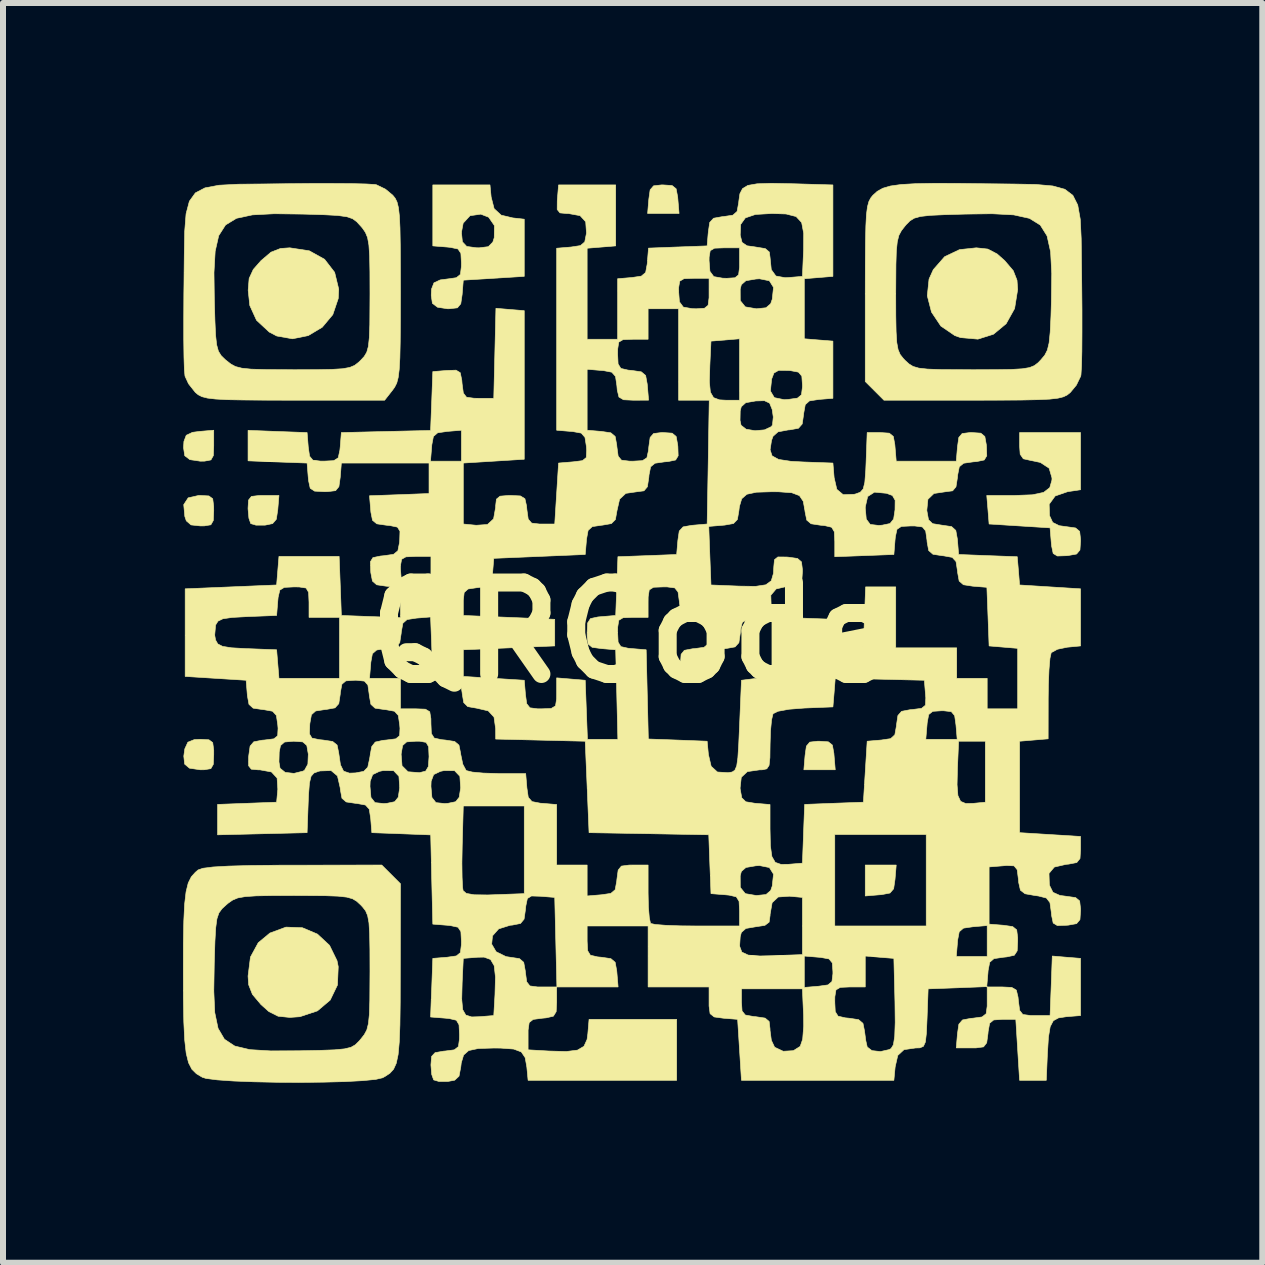
<source format=kicad_pcb>
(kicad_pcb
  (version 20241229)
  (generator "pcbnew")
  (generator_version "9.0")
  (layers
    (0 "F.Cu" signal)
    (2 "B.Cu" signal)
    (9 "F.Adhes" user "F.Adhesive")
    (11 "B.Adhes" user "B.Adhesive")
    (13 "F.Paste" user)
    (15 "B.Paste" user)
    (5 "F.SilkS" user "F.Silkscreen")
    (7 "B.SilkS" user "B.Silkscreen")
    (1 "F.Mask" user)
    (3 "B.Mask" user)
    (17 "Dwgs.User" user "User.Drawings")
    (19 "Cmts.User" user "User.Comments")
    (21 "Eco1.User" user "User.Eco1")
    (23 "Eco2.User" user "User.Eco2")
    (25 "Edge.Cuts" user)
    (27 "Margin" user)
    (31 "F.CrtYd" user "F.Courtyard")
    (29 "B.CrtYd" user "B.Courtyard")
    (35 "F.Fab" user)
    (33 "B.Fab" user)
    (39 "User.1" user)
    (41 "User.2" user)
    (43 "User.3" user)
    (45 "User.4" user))
  (footprint "QRCode"
    (layer "F.Cu")
    (at 7.497 7.493)
    (property "Reference" "QRCode" (at 0 0 0) (layer "F.SilkS") (effects (font (size 1.524 1.524) (thickness 0.3))))
    (attr through_hole)
    (fp_poly (pts (xy 5.898 5.905) (xy 5.898 5.9) (xy 5.905 5.9) (xy 5.905 5.905) (xy 5.898 5.905)) (stroke (width 0.01) (type solid)) (fill yes) (layer "F.SilkS"))
    (fp_poly (pts (xy 4.369 4.112) (xy 4.346 4.269) (xy 4.285 4.34) (xy 4.144 4.367) (xy 4.112 4.369) (xy 3.873 4.389) (xy 3.873 3.873) (xy 4.389 3.873) (xy 4.369 4.112)) (stroke (width 0.01) (type solid)) (fill yes) (layer "F.SilkS"))
    (fp_poly (pts (xy 0.654 -7.451) (xy 0.721 -7.397) (xy 0.747 -7.26) (xy 0.75 -7.223) (xy 0.77 -6.985) (xy 0.246 -6.985) (xy 0.266 -7.223) (xy 0.288 -7.379) (xy 0.345 -7.446) (xy 0.474 -7.461) (xy 0.508 -7.461) (xy 0.654 -7.451)) (stroke (width 0.01) (type solid)) (fill yes) (layer "F.SilkS"))
    (fp_poly (pts (xy 3.258 1.82) (xy 3.325 1.874) (xy 3.35 2.011) (xy 3.353 2.048) (xy 3.373 2.286) (xy 2.85 2.286) (xy 2.87 2.048) (xy 2.892 1.892) (xy 2.948 1.825) (xy 3.077 1.81) (xy 3.111 1.81) (xy 3.258 1.82)) (stroke (width 0.01) (type solid)) (fill yes) (layer "F.SilkS"))
    (fp_poly (pts (xy -6.985 -3.115) (xy -6.991 -2.951) (xy -7.032 -2.878) (xy -7.137 -2.858) (xy -7.209 -2.857) (xy -7.383 -2.883) (xy -7.468 -2.948) (xy -7.488 -3.082) (xy -7.482 -3.186) (xy -7.443 -3.289) (xy -7.339 -3.338) (xy -7.223 -3.353) (xy -6.985 -3.373) (xy -6.985 -3.115)) (stroke (width 0.01) (type solid)) (fill yes) (layer "F.SilkS"))
    (fp_poly (pts (xy -5.918 -2.048) (xy -5.942 -1.889) (xy -6.004 -1.817) (xy -6.13 -1.791) (xy -6.281 -1.791) (xy -6.368 -1.817) (xy -6.399 -1.907) (xy -6.413 -2.062) (xy -6.413 -2.074) (xy -6.405 -2.209) (xy -6.357 -2.27) (xy -6.231 -2.285) (xy -6.156 -2.286) (xy -5.898 -2.286) (xy -5.918 -2.048)) (stroke (width 0.01) (type solid)) (fill yes) (layer "F.SilkS"))
    (fp_poly (pts (xy -7.066 -2.278) (xy -7.002 -2.231) (xy -6.986 -2.108) (xy -6.985 -2.032) (xy -6.992 -1.869) (xy -7.033 -1.797) (xy -7.141 -1.779) (xy -7.206 -1.778) (xy -7.364 -1.795) (xy -7.442 -1.863) (xy -7.467 -1.937) (xy -7.485 -2.133) (xy -7.411 -2.246) (xy -7.236 -2.286) (xy -7.209 -2.286) (xy -7.066 -2.278)) (stroke (width 0.01) (type solid)) (fill yes) (layer "F.SilkS"))
    (fp_poly (pts (xy -7.065 1.786) (xy -7.002 1.833) (xy -6.985 1.958) (xy -6.985 2.032) (xy -6.992 2.195) (xy -7.033 2.267) (xy -7.142 2.285) (xy -7.209 2.286) (xy -7.39 2.259) (xy -7.47 2.191) (xy -7.484 2.058) (xy -7.467 1.937) (xy -7.416 1.826) (xy -7.309 1.783) (xy -7.206 1.778) (xy -7.065 1.786)) (stroke (width 0.01) (type solid)) (fill yes) (layer "F.SilkS"))
    (fp_poly (pts (xy -5.508 4.918) (xy -5.257 5.024) (xy -5.055 5.212) (xy -4.93 5.468) (xy -4.91 5.568) (xy -4.923 5.873) (xy -5.044 6.124) (xy -5.257 6.304) (xy -5.549 6.401) (xy -5.718 6.413) (xy -5.912 6.393) (xy -6.067 6.315) (xy -6.198 6.198) (xy -6.34 6.029) (xy -6.403 5.869) (xy -6.413 5.724) (xy -6.373 5.407) (xy -6.243 5.168) (xy -6.049 5.007) (xy -5.781 4.908) (xy -5.508 4.918)) (stroke (width 0.01) (type solid)) (fill yes) (layer "F.SilkS"))
    (fp_poly (pts (xy -5.392 -6.363) (xy -5.138 -6.222) (xy -4.97 -6.004) (xy -4.902 -5.724) (xy -4.91 -5.568) (xy -5.001 -5.299) (xy -5.177 -5.089) (xy -5.41 -4.95) (xy -5.672 -4.897) (xy -5.934 -4.943) (xy -6.06 -5.009) (xy -6.272 -5.206) (xy -6.384 -5.452) (xy -6.411 -5.705) (xy -6.395 -5.902) (xy -6.326 -6.052) (xy -6.198 -6.198) (xy -6.031 -6.34) (xy -5.873 -6.402) (xy -5.718 -6.413) (xy -5.392 -6.363)) (stroke (width 0.01) (type solid)) (fill yes) (layer "F.SilkS"))
    (fp_poly (pts (xy 5.916 -6.392) (xy 6.072 -6.31) (xy 6.198 -6.198) (xy 6.34 -6.031) (xy 6.402 -5.873) (xy 6.413 -5.718) (xy 6.362 -5.401) (xy 6.221 -5.148) (xy 6.01 -4.973) (xy 5.75 -4.891) (xy 5.461 -4.917) (xy 5.366 -4.95) (xy 5.133 -5.109) (xy 4.977 -5.342) (xy 4.907 -5.614) (xy 4.936 -5.892) (xy 5.007 -6.049) (xy 5.196 -6.265) (xy 5.444 -6.383) (xy 5.724 -6.413) (xy 5.916 -6.392)) (stroke (width 0.01) (type solid)) (fill yes) (layer "F.SilkS"))
    (fp_poly (pts (xy 7.461 -2.381) (xy 7.246 -2.349) (xy 7.038 -2.277) (xy 6.938 -2.139) (xy 6.944 -1.95) (xy 6.997 -1.836) (xy 7.106 -1.782) (xy 7.223 -1.766) (xy 7.379 -1.744) (xy 7.446 -1.687) (xy 7.461 -1.558) (xy 7.461 -1.524) (xy 7.451 -1.377) (xy 7.395 -1.31) (xy 7.256 -1.285) (xy 7.227 -1.282) (xy 7.074 -1.277) (xy 7.005 -1.319) (xy 6.979 -1.443) (xy 6.973 -1.505) (xy 6.953 -1.746) (xy 5.937 -1.81) (xy 5.918 -2.048) (xy 5.898 -2.286) (xy 6.365 -2.286) (xy 6.658 -2.297) (xy 6.846 -2.337) (xy 6.948 -2.416) (xy 6.984 -2.541) (xy 6.985 -2.577) (xy 6.938 -2.739) (xy 6.791 -2.836) (xy 6.636 -2.868) (xy 6.507 -2.897) (xy 6.455 -2.972) (xy 6.445 -3.111) (xy 6.445 -3.334) (xy 7.461 -3.334) (xy 7.461 -2.381)) (stroke (width 0.01) (type solid)) (fill yes) (layer "F.SilkS"))
    (fp_poly (pts (xy 6.152 5.905) (xy 6.315 5.913) (xy 6.391 5.958) (xy 6.419 6.074) (xy 6.426 6.144) (xy 6.446 6.296) (xy 6.499 6.364) (xy 6.625 6.381) (xy 6.699 6.382) (xy 6.953 6.382) (xy 6.972 5.886) (xy 6.99 5.39) (xy 7.226 5.41) (xy 7.461 5.429) (xy 7.461 6.382) (xy 7.223 6.401) (xy 7.093 6.421) (xy 7.007 6.468) (xy 6.955 6.567) (xy 6.926 6.742) (xy 6.909 7.016) (xy 6.906 7.08) (xy 6.89 7.461) (xy 6.445 7.461) (xy 6.382 6.445) (xy 6.16 6.445) (xy 6.013 6.455) (xy 5.946 6.51) (xy 5.921 6.647) (xy 5.918 6.683) (xy 5.897 6.836) (xy 5.844 6.904) (xy 5.718 6.921) (xy 5.644 6.921) (xy 5.39 6.921) (xy 5.41 6.683) (xy 5.433 6.526) (xy 5.494 6.455) (xy 5.635 6.428) (xy 5.667 6.426) (xy 5.82 6.405) (xy 5.888 6.351) (xy 5.905 6.225) (xy 5.905 6.153) (xy 5.905 5.905) (xy 6.152 5.905)) (stroke (width 0.01) (type solid)) (fill yes) (layer "F.SilkS"))
    (fp_poly (pts (xy -2.362 -7.26) (xy -2.312 -7.065) (xy -2.194 -6.957) (xy -2 -6.911) (xy -1.81 -6.89) (xy -1.81 -5.937) (xy -2.826 -5.874) (xy -2.845 -5.636) (xy -2.868 -5.48) (xy -2.924 -5.413) (xy -3.053 -5.398) (xy -3.086 -5.397) (xy -3.256 -5.423) (xy -3.341 -5.488) (xy -3.36 -5.622) (xy -3.355 -5.726) (xy -3.315 -5.829) (xy -3.211 -5.878) (xy -3.096 -5.893) (xy -2.941 -5.915) (xy -2.874 -5.97) (xy -2.858 -6.1) (xy -2.857 -6.16) (xy -2.866 -6.32) (xy -2.914 -6.393) (xy -3.038 -6.42) (xy -3.096 -6.426) (xy -3.334 -6.445) (xy -3.334 -6.67) (xy -2.857 -6.67) (xy -2.841 -6.513) (xy -2.769 -6.436) (xy -2.61 -6.414) (xy -2.562 -6.413) (xy -2.409 -6.432) (xy -2.334 -6.508) (xy -2.31 -6.582) (xy -2.307 -6.783) (xy -2.403 -6.923) (xy -2.534 -6.974) (xy -2.714 -6.948) (xy -2.828 -6.824) (xy -2.857 -6.67) (xy -3.334 -6.67) (xy -3.334 -7.461) (xy -2.381 -7.461) (xy -2.362 -7.26)) (stroke (width 0.01) (type solid)) (fill yes) (layer "F.SilkS"))
    (fp_poly (pts (xy 5.462 -7.486) (xy 5.856 -7.481) (xy 6.34 -7.476) (xy 6.716 -7.469) (xy 6.998 -7.444) (xy 7.199 -7.389) (xy 7.333 -7.287) (xy 7.414 -7.126) (xy 7.456 -6.89) (xy 7.472 -6.566) (xy 7.477 -6.14) (xy 7.481 -5.796) (xy 7.485 -5.382) (xy 7.485 -5.004) (xy 7.483 -4.684) (xy 7.477 -4.442) (xy 7.468 -4.298) (xy 7.464 -4.275) (xy 7.391 -4.124) (xy 7.29 -4.002) (xy 7.239 -3.961) (xy 7.176 -3.93) (xy 7.084 -3.907) (xy 6.946 -3.891) (xy 6.745 -3.882) (xy 6.466 -3.876) (xy 6.09 -3.874) (xy 5.668 -3.873) (xy 4.185 -3.873) (xy 4.029 -4.029) (xy 3.873 -4.185) (xy 3.873 -5.645) (xy 4.381 -5.645) (xy 4.382 -5.278) (xy 4.387 -5.016) (xy 4.398 -4.836) (xy 4.42 -4.717) (xy 4.454 -4.636) (xy 4.505 -4.571) (xy 4.537 -4.537) (xy 4.602 -4.478) (xy 4.67 -4.436) (xy 4.766 -4.408) (xy 4.91 -4.392) (xy 5.124 -4.384) (xy 5.43 -4.382) (xy 5.669 -4.381) (xy 6.041 -4.382) (xy 6.307 -4.386) (xy 6.49 -4.397) (xy 6.611 -4.417) (xy 6.692 -4.45) (xy 6.754 -4.498) (xy 6.799 -4.545) (xy 6.864 -4.622) (xy 6.908 -4.708) (xy 6.937 -4.828) (xy 6.955 -5.008) (xy 6.968 -5.273) (xy 6.975 -5.513) (xy 6.981 -5.986) (xy 6.962 -6.347) (xy 6.903 -6.611) (xy 6.79 -6.792) (xy 6.61 -6.904) (xy 6.347 -6.962) (xy 5.987 -6.981) (xy 5.539 -6.975) (xy 5.195 -6.965) (xy 4.955 -6.954) (xy 4.795 -6.936) (xy 4.69 -6.907) (xy 4.617 -6.862) (xy 4.553 -6.797) (xy 4.535 -6.775) (xy 4.476 -6.7) (xy 4.434 -6.622) (xy 4.407 -6.516) (xy 4.391 -6.361) (xy 4.384 -6.133) (xy 4.382 -5.811) (xy 4.381 -5.645) (xy 3.873 -5.645) (xy 3.873 -5.668) (xy 3.874 -6.142) (xy 3.877 -6.505) (xy 3.883 -6.775) (xy 3.893 -6.967) (xy 3.91 -7.098) (xy 3.934 -7.186) (xy 3.966 -7.246) (xy 4 -7.288) (xy 4.074 -7.355) (xy 4.166 -7.406) (xy 4.292 -7.443) (xy 4.469 -7.468) (xy 4.712 -7.482) (xy 5.038 -7.488) (xy 5.462 -7.486)) (stroke (width 0.01) (type solid)) (fill yes) (layer "F.SilkS"))
    (fp_poly (pts (xy -4.029 4.029) (xy -3.873 4.185) (xy -3.876 5.664) (xy -3.877 6.157) (xy -3.882 6.538) (xy -3.893 6.824) (xy -3.912 7.032) (xy -3.943 7.177) (xy -3.988 7.276) (xy -4.05 7.344) (xy -4.131 7.397) (xy -4.171 7.419) (xy -4.287 7.446) (xy -4.506 7.467) (xy -4.804 7.483) (xy -5.158 7.492) (xy -5.543 7.496) (xy -5.937 7.494) (xy -6.314 7.486) (xy -6.651 7.473) (xy -6.925 7.454) (xy -7.112 7.43) (xy -7.174 7.411) (xy -7.273 7.352) (xy -7.349 7.277) (xy -7.405 7.168) (xy -7.444 7.01) (xy -7.469 6.788) (xy -7.484 6.484) (xy -7.491 6.082) (xy -7.491 5.971) (xy -6.984 5.971) (xy -6.968 6.332) (xy -6.913 6.595) (xy -6.807 6.776) (xy -6.635 6.89) (xy -6.383 6.95) (xy -6.036 6.971) (xy -5.581 6.969) (xy -5.566 6.969) (xy -5.217 6.962) (xy -4.971 6.953) (xy -4.806 6.937) (xy -4.698 6.911) (xy -4.625 6.869) (xy -4.563 6.808) (xy -4.535 6.775) (xy -4.476 6.7) (xy -4.434 6.622) (xy -4.407 6.516) (xy -4.391 6.361) (xy -4.384 6.133) (xy -4.382 5.81) (xy -4.381 5.645) (xy -4.382 5.278) (xy -4.387 5.016) (xy -4.398 4.836) (xy -4.42 4.717) (xy -4.454 4.636) (xy -4.505 4.571) (xy -4.537 4.537) (xy -4.602 4.477) (xy -4.672 4.435) (xy -4.769 4.408) (xy -4.916 4.392) (xy -5.134 4.384) (xy -5.445 4.382) (xy -5.645 4.381) (xy -6.013 4.382) (xy -6.277 4.387) (xy -6.459 4.399) (xy -6.583 4.421) (xy -6.67 4.457) (xy -6.743 4.508) (xy -6.775 4.535) (xy -6.848 4.602) (xy -6.899 4.672) (xy -6.932 4.77) (xy -6.952 4.919) (xy -6.965 5.144) (xy -6.975 5.469) (xy -6.976 5.498) (xy -6.984 5.971) (xy -7.491 5.971) (xy -7.492 5.663) (xy -7.491 5.179) (xy -7.484 4.805) (xy -7.47 4.524) (xy -7.446 4.319) (xy -7.41 4.173) (xy -7.359 4.07) (xy -7.29 3.993) (xy -7.245 3.955) (xy -7.164 3.927) (xy -6.999 3.906) (xy -6.737 3.891) (xy -6.372 3.881) (xy -5.892 3.876) (xy -5.664 3.876) (xy -4.185 3.873) (xy -4.029 4.029)) (stroke (width 0.01) (type solid)) (fill yes) (layer "F.SilkS"))
    (fp_poly (pts (xy -4.684 -7.483) (xy -4.442 -7.477) (xy -4.298 -7.468) (xy -4.275 -7.464) (xy -4.124 -7.391) (xy -4.002 -7.29) (xy -3.961 -7.239) (xy -3.93 -7.176) (xy -3.907 -7.083) (xy -3.891 -6.944) (xy -3.881 -6.743) (xy -3.876 -6.462) (xy -3.874 -6.085) (xy -3.873 -5.68) (xy -3.874 -5.208) (xy -3.877 -4.847) (xy -3.883 -4.578) (xy -3.894 -4.385) (xy -3.911 -4.251) (xy -3.935 -4.159) (xy -3.969 -4.092) (xy -4.005 -4.041) (xy -4.137 -3.873) (xy -5.644 -3.873) (xy -6.122 -3.874) (xy -6.489 -3.877) (xy -6.761 -3.882) (xy -6.957 -3.893) (xy -7.091 -3.909) (xy -7.181 -3.932) (xy -7.242 -3.963) (xy -7.29 -4.002) (xy -7.405 -4.147) (xy -7.464 -4.275) (xy -7.474 -4.379) (xy -7.481 -4.59) (xy -7.485 -4.886) (xy -7.485 -5.246) (xy -7.483 -5.649) (xy -7.481 -5.796) (xy -7.479 -6.002) (xy -6.981 -6.002) (xy -6.975 -5.539) (xy -6.965 -5.195) (xy -6.954 -4.955) (xy -6.936 -4.795) (xy -6.907 -4.69) (xy -6.862 -4.617) (xy -6.797 -4.553) (xy -6.775 -4.535) (xy -6.7 -4.476) (xy -6.622 -4.434) (xy -6.516 -4.407) (xy -6.361 -4.391) (xy -6.133 -4.384) (xy -5.811 -4.382) (xy -5.645 -4.381) (xy -5.278 -4.382) (xy -5.016 -4.387) (xy -4.836 -4.398) (xy -4.717 -4.42) (xy -4.636 -4.454) (xy -4.571 -4.505) (xy -4.537 -4.537) (xy -4.477 -4.602) (xy -4.435 -4.672) (xy -4.408 -4.769) (xy -4.392 -4.916) (xy -4.384 -5.134) (xy -4.382 -5.445) (xy -4.381 -5.645) (xy -4.382 -6.013) (xy -4.387 -6.277) (xy -4.399 -6.459) (xy -4.421 -6.583) (xy -4.457 -6.67) (xy -4.508 -6.744) (xy -4.535 -6.775) (xy -4.602 -6.848) (xy -4.672 -6.899) (xy -4.768 -6.931) (xy -4.916 -6.952) (xy -5.139 -6.964) (xy -5.463 -6.974) (xy -5.502 -6.975) (xy -5.977 -6.981) (xy -6.34 -6.962) (xy -6.606 -6.905) (xy -6.788 -6.794) (xy -6.902 -6.616) (xy -6.961 -6.356) (xy -6.981 -6.002) (xy -7.479 -6.002) (xy -7.476 -6.298) (xy -7.469 -6.688) (xy -7.446 -6.98) (xy -7.391 -7.189) (xy -7.291 -7.328) (xy -7.131 -7.412) (xy -6.898 -7.456) (xy -6.576 -7.473) (xy -6.152 -7.477) (xy -5.796 -7.481) (xy -5.382 -7.485) (xy -5.004 -7.485) (xy -4.684 -7.483)) (stroke (width 0.01) (type solid)) (fill yes) (layer "F.SilkS"))
    (fp_poly (pts (xy 2.652 -7.481) (xy 2.699 -7.48) (xy 3.334 -7.461) (xy 3.334 -5.937) (xy 2.857 -5.898) (xy 2.857 -4.897) (xy 3.096 -4.877) (xy 3.334 -4.858) (xy 3.334 -3.905) (xy 3.099 -3.886) (xy 2.943 -3.862) (xy 2.873 -3.799) (xy 2.847 -3.655) (xy 2.845 -3.632) (xy 2.822 -3.477) (xy 2.76 -3.406) (xy 2.618 -3.38) (xy 2.588 -3.378) (xy 2.419 -3.346) (xy 2.336 -3.272) (xy 2.311 -3.203) (xy 2.287 -3.047) (xy 2.32 -2.946) (xy 2.429 -2.886) (xy 2.634 -2.855) (xy 2.839 -2.844) (xy 3.334 -2.826) (xy 3.354 -2.584) (xy 3.399 -2.388) (xy 3.505 -2.299) (xy 3.686 -2.305) (xy 3.712 -2.311) (xy 3.791 -2.34) (xy 3.839 -2.395) (xy 3.866 -2.506) (xy 3.881 -2.701) (xy 3.887 -2.842) (xy 3.905 -3.334) (xy 4.128 -3.334) (xy 4.274 -3.324) (xy 4.341 -3.269) (xy 4.366 -3.132) (xy 4.369 -3.096) (xy 4.389 -2.857) (xy 5.39 -2.857) (xy 5.41 -3.096) (xy 5.432 -3.252) (xy 5.488 -3.318) (xy 5.617 -3.334) (xy 5.652 -3.334) (xy 5.799 -3.324) (xy 5.866 -3.268) (xy 5.891 -3.128) (xy 5.893 -3.1) (xy 5.898 -2.947) (xy 5.856 -2.877) (xy 5.732 -2.851) (xy 5.671 -2.846) (xy 5.512 -2.823) (xy 5.44 -2.763) (xy 5.413 -2.627) (xy 5.41 -2.588) (xy 5.385 -2.43) (xy 5.329 -2.363) (xy 5.219 -2.349) (xy 5.018 -2.319) (xy 4.917 -2.222) (xy 4.899 -2.04) (xy 4.901 -2.025) (xy 4.927 -1.881) (xy 4.995 -1.816) (xy 5.148 -1.791) (xy 5.156 -1.79) (xy 5.312 -1.767) (xy 5.382 -1.703) (xy 5.408 -1.559) (xy 5.41 -1.536) (xy 5.429 -1.302) (xy 5.918 -1.283) (xy 6.406 -1.265) (xy 6.426 -1.029) (xy 6.445 -0.794) (xy 7.461 -0.73) (xy 7.461 0.222) (xy 7.24 0.243) (xy 7.077 0.277) (xy 6.976 0.332) (xy 6.971 0.339) (xy 6.951 0.43) (xy 6.935 0.618) (xy 6.925 0.873) (xy 6.922 1.092) (xy 6.921 1.77) (xy 6.683 1.79) (xy 6.445 1.81) (xy 6.445 3.334) (xy 7.461 3.397) (xy 7.461 3.619) (xy 7.452 3.765) (xy 7.398 3.832) (xy 7.263 3.858) (xy 7.22 3.862) (xy 7.024 3.907) (xy 6.935 4.013) (xy 6.941 4.194) (xy 6.947 4.219) (xy 7.001 4.328) (xy 7.117 4.38) (xy 7.223 4.394) (xy 7.379 4.416) (xy 7.446 4.472) (xy 7.461 4.602) (xy 7.461 4.636) (xy 7.451 4.783) (xy 7.395 4.85) (xy 7.256 4.875) (xy 7.227 4.877) (xy 7.074 4.882) (xy 7.005 4.84) (xy 6.979 4.716) (xy 6.973 4.655) (xy 6.951 4.499) (xy 6.892 4.423) (xy 6.758 4.389) (xy 6.699 4.381) (xy 6.536 4.352) (xy 6.459 4.293) (xy 6.43 4.164) (xy 6.425 4.108) (xy 6.405 3.951) (xy 6.353 3.887) (xy 6.231 3.881) (xy 6.171 3.886) (xy 5.937 3.905) (xy 5.937 4.858) (xy 6.175 4.877) (xy 6.33 4.899) (xy 6.397 4.954) (xy 6.413 5.084) (xy 6.413 5.144) (xy 6.405 5.304) (xy 6.357 5.377) (xy 6.233 5.404) (xy 6.175 5.41) (xy 6.018 5.433) (xy 5.947 5.494) (xy 5.92 5.635) (xy 5.918 5.667) (xy 5.898 5.9) (xy 5.413 5.919) (xy 4.921 5.937) (xy 4.903 6.429) (xy 4.892 6.676) (xy 4.875 6.823) (xy 4.842 6.895) (xy 4.783 6.92) (xy 4.712 6.922) (xy 4.519 6.95) (xy 4.415 7.046) (xy 4.371 7.239) (xy 4.371 7.24) (xy 4.35 7.461) (xy 1.81 7.461) (xy 1.746 6.445) (xy 1.508 6.426) (xy 1.355 6.405) (xy 1.287 6.35) (xy 1.27 6.223) (xy 1.27 6.156) (xy 1.27 5.937) (xy 1.81 5.937) (xy 1.81 6.16) (xy 1.82 6.306) (xy 1.874 6.373) (xy 2.011 6.398) (xy 2.048 6.401) (xy 2.204 6.424) (xy 2.271 6.48) (xy 2.286 6.605) (xy 2.286 6.627) (xy 2.308 6.794) (xy 2.362 6.908) (xy 2.362 6.909) (xy 2.506 6.977) (xy 2.675 6.967) (xy 2.789 6.895) (xy 2.83 6.776) (xy 2.847 6.558) (xy 2.845 6.372) (xy 2.835 6.156) (xy 3.365 6.156) (xy 3.373 6.317) (xy 3.42 6.392) (xy 3.54 6.42) (xy 3.604 6.426) (xy 3.762 6.45) (xy 3.835 6.512) (xy 3.86 6.636) (xy 3.882 6.8) (xy 3.906 6.906) (xy 3.984 6.966) (xy 4.126 6.982) (xy 4.272 6.949) (xy 4.304 6.931) (xy 4.342 6.869) (xy 4.364 6.729) (xy 4.372 6.496) (xy 4.368 6.154) (xy 4.35 5.429) (xy 4.112 5.41) (xy 3.966 5.397) (xy 5.39 5.397) (xy 5.905 5.397) (xy 5.905 4.882) (xy 5.667 4.902) (xy 5.51 4.925) (xy 5.439 4.986) (xy 5.412 5.127) (xy 5.41 5.159) (xy 5.39 5.397) (xy 3.966 5.397) (xy 3.873 5.39) (xy 3.873 5.905) (xy 3.619 5.905) (xy 3.457 5.912) (xy 3.385 5.954) (xy 3.366 6.069) (xy 3.365 6.156) (xy 2.835 6.156) (xy 2.826 5.937) (xy 1.81 5.937) (xy 1.27 5.937) (xy 1.27 5.913) (xy 2.857 5.913) (xy 3.096 5.893) (xy 3.252 5.871) (xy 3.318 5.815) (xy 3.334 5.686) (xy 3.334 5.652) (xy 3.324 5.505) (xy 3.269 5.438) (xy 3.132 5.413) (xy 3.096 5.41) (xy 2.857 5.39) (xy 2.857 5.913) (xy 1.27 5.913) (xy 1.27 5.905) (xy 0.254 5.905) (xy 0.254 5.226) (xy 1.779 5.226) (xy 1.816 5.324) (xy 1.922 5.374) (xy 2.118 5.389) (xy 2.333 5.384) (xy 2.826 5.366) (xy 2.826 4.413) (xy 2.61 4.393) (xy 2.423 4.406) (xy 2.321 4.501) (xy 2.287 4.695) (xy 2.287 4.711) (xy 2.271 4.825) (xy 2.2 4.879) (xy 2.048 4.902) (xy 1.884 4.93) (xy 1.808 4.997) (xy 1.789 5.069) (xy 1.779 5.226) (xy 0.254 5.226) (xy 0.254 4.889) (xy -0.762 4.889) (xy -0.762 5.14) (xy -0.754 5.301) (xy -0.708 5.376) (xy -0.588 5.404) (xy -0.524 5.41) (xy -0.367 5.433) (xy -0.295 5.494) (xy -0.269 5.635) (xy -0.266 5.667) (xy -0.246 5.905) (xy -1.266 5.905) (xy -1.302 4.413) (xy -1.536 4.394) (xy -1.689 4.389) (xy -1.758 4.431) (xy -1.784 4.555) (xy -1.79 4.616) (xy -1.813 4.775) (xy -1.872 4.847) (xy -2.008 4.874) (xy -2.045 4.877) (xy -2.236 4.937) (xy -2.339 5.053) (xy -2.353 5.191) (xy -2.279 5.318) (xy -2.115 5.399) (xy -2.045 5.41) (xy -1.89 5.433) (xy -1.819 5.495) (xy -1.793 5.637) (xy -1.79 5.667) (xy -1.769 5.82) (xy -1.716 5.888) (xy -1.589 5.905) (xy -1.518 5.905) (xy -1.27 5.905) (xy -1.27 6.156) (xy -1.278 6.317) (xy -1.324 6.392) (xy -1.444 6.42) (xy -1.508 6.426) (xy -1.661 6.446) (xy -1.728 6.499) (xy -1.746 6.625) (xy -1.746 6.699) (xy -1.746 6.953) (xy -1.4 6.973) (xy -1.11 6.981) (xy -0.923 6.958) (xy -0.815 6.894) (xy -0.763 6.78) (xy -0.75 6.683) (xy -0.73 6.445) (xy 0.73 6.445) (xy 0.73 7.461) (xy -1.746 7.461) (xy -1.767 7.24) (xy -1.795 7.083) (xy -1.859 6.988) (xy -1.987 6.94) (xy -2.204 6.924) (xy -2.318 6.923) (xy -2.577 6.931) (xy -2.736 6.965) (xy -2.821 7.04) (xy -2.86 7.171) (xy -2.868 7.24) (xy -2.897 7.392) (xy -2.969 7.459) (xy -3.082 7.48) (xy -3.233 7.48) (xy -3.32 7.454) (xy -3.352 7.364) (xy -3.365 7.209) (xy -3.365 7.2) (xy -3.354 7.063) (xy -3.296 7) (xy -3.154 6.975) (xy -3.127 6.973) (xy -2.975 6.953) (xy -2.907 6.899) (xy -2.89 6.773) (xy -2.889 6.699) (xy -2.897 6.536) (xy -2.941 6.46) (xy -3.059 6.432) (xy -3.13 6.425) (xy -3.371 6.406) (xy -3.36 6.112) (xy -2.852 6.112) (xy -2.836 6.284) (xy -2.784 6.374) (xy -2.686 6.405) (xy -2.556 6.401) (xy -2.318 6.382) (xy -2.298 6.036) (xy -2.29 5.741) (xy -2.311 5.551) (xy -2.372 5.447) (xy -2.48 5.408) (xy -2.59 5.41) (xy -2.826 5.429) (xy -2.845 5.835) (xy -2.852 6.112) (xy -3.36 6.112) (xy -3.352 5.917) (xy -3.334 5.429) (xy -3.096 5.41) (xy -2.941 5.388) (xy -2.874 5.333) (xy -2.858 5.203) (xy -2.857 5.144) (xy -2.866 4.983) (xy -2.914 4.91) (xy -3.038 4.883) (xy -3.096 4.877) (xy -3.334 4.858) (xy -3.352 4.114) (xy -3.358 3.836) (xy -2.849 3.836) (xy -2.846 4.077) (xy -2.838 4.244) (xy -2.829 4.301) (xy -2.776 4.346) (xy -2.646 4.369) (xy -2.418 4.372) (xy -2.303 4.368) (xy -1.81 4.35) (xy -1.81 2.889) (xy -2.826 2.889) (xy -2.844 3.552) (xy -2.849 3.836) (xy -3.358 3.836) (xy -3.369 3.371) (xy -3.86 3.352) (xy -4.35 3.334) (xy -4.369 3.099) (xy -4.393 2.943) (xy -4.456 2.873) (xy -4.6 2.847) (xy -4.623 2.845) (xy -4.777 2.822) (xy -4.848 2.761) (xy -4.874 2.621) (xy -4.878 2.584) (xy -4.883 2.562) (xy -4.381 2.562) (xy -4.365 2.747) (xy -4.298 2.833) (xy -4.153 2.849) (xy -4.098 2.845) (xy -3.969 2.818) (xy -3.91 2.744) (xy -3.886 2.587) (xy -3.887 2.562) (xy -3.365 2.562) (xy -3.349 2.747) (xy -3.282 2.833) (xy -3.137 2.849) (xy -3.082 2.845) (xy -2.953 2.818) (xy -2.894 2.744) (xy -2.87 2.587) (xy -2.883 2.394) (xy -2.971 2.301) (xy -3.145 2.299) (xy -3.207 2.312) (xy -3.32 2.366) (xy -3.362 2.478) (xy -3.365 2.562) (xy -3.887 2.562) (xy -3.899 2.394) (xy -3.987 2.301) (xy -4.161 2.299) (xy -4.223 2.312) (xy -4.336 2.366) (xy -4.378 2.478) (xy -4.381 2.562) (xy -4.883 2.562) (xy -4.923 2.388) (xy -5.029 2.299) (xy -5.21 2.305) (xy -5.236 2.311) (xy -5.315 2.34) (xy -5.363 2.395) (xy -5.39 2.506) (xy -5.405 2.701) (xy -5.411 2.842) (xy -5.429 3.334) (xy -6.921 3.37) (xy -6.921 2.863) (xy -5.937 2.826) (xy -5.917 2.61) (xy -5.929 2.424) (xy -6.023 2.322) (xy -6.214 2.287) (xy -6.243 2.287) (xy -6.359 2.276) (xy -6.404 2.219) (xy -6.404 2.154) (xy -5.898 2.154) (xy -5.88 2.26) (xy -5.795 2.329) (xy -5.648 2.346) (xy -5.496 2.308) (xy -5.472 2.294) (xy -5.416 2.192) (xy -5.409 2.025) (xy -5.434 1.88) (xy -5.502 1.821) (xy -5.652 1.81) (xy -5.804 1.823) (xy -5.872 1.882) (xy -5.894 1.99) (xy -5.898 2.154) (xy -6.404 2.154) (xy -6.404 2.078) (xy -6.401 2.048) (xy -6.379 1.892) (xy -6.318 1.82) (xy -6.18 1.793) (xy -6.14 1.79) (xy -5.983 1.77) (xy -5.919 1.718) (xy -5.918 1.689) (xy -5.39 1.689) (xy -5.348 1.758) (xy -5.224 1.784) (xy -5.163 1.79) (xy -5.003 1.814) (xy -4.929 1.874) (xy -4.903 2) (xy -4.873 2.204) (xy -4.821 2.309) (xy -4.723 2.342) (xy -4.62 2.338) (xy -4.485 2.312) (xy -4.418 2.244) (xy -4.386 2.095) (xy -4.381 2.064) (xy -4.375 2.025) (xy -3.862 2.025) (xy -3.847 2.219) (xy -3.747 2.319) (xy -3.556 2.334) (xy -3.453 2.308) (xy -3.408 2.232) (xy -3.397 2.069) (xy -3.397 2.064) (xy -3.404 1.901) (xy -3.446 1.829) (xy -3.554 1.81) (xy -3.619 1.81) (xy -3.77 1.821) (xy -3.837 1.881) (xy -3.862 2.025) (xy -4.375 2.025) (xy -4.352 1.9) (xy -4.293 1.824) (xy -4.164 1.795) (xy -4.108 1.79) (xy -3.951 1.77) (xy -3.887 1.718) (xy -3.881 1.595) (xy -3.886 1.536) (xy -3.909 1.38) (xy -3.973 1.31) (xy -4.117 1.284) (xy -4.14 1.282) (xy -4.296 1.259) (xy -4.366 1.195) (xy -4.392 1.051) (xy -4.394 1.028) (xy -4.416 0.874) (xy -4.474 0.808) (xy -4.607 0.794) (xy -4.636 0.794) (xy -4.783 0.804) (xy -4.849 0.86) (xy -4.875 0.999) (xy -4.877 1.028) (xy -4.901 1.184) (xy -4.964 1.254) (xy -5.108 1.28) (xy -5.131 1.282) (xy -5.287 1.306) (xy -5.357 1.369) (xy -5.383 1.513) (xy -5.385 1.536) (xy -5.39 1.689) (xy -5.918 1.689) (xy -5.913 1.595) (xy -5.918 1.536) (xy -5.941 1.38) (xy -6.005 1.31) (xy -6.149 1.284) (xy -6.172 1.282) (xy -6.328 1.259) (xy -6.398 1.195) (xy -6.424 1.051) (xy -6.426 1.028) (xy -6.445 0.794) (xy -7.461 0.73) (xy -7.461 0.043) (xy -6.969 0.043) (xy -6.954 0.124) (xy -6.917 0.189) (xy -6.838 0.229) (xy -6.688 0.253) (xy -6.44 0.267) (xy -6.426 0.267) (xy -5.937 0.286) (xy -5.898 0.762) (xy -4.889 0.762) (xy -4.389 0.762) (xy -3.873 0.762) (xy -3.873 1.27) (xy -3.619 1.27) (xy -3.457 1.276) (xy -3.385 1.319) (xy -3.366 1.434) (xy -3.365 1.52) (xy -3.358 1.682) (xy -3.311 1.757) (xy -3.191 1.784) (xy -3.127 1.79) (xy -2.97 1.814) (xy -2.898 1.875) (xy -2.87 2.013) (xy -2.868 2.031) (xy -2.834 2.194) (xy -2.78 2.295) (xy -2.773 2.3) (xy -2.676 2.324) (xy -2.491 2.341) (xy -2.257 2.348) (xy -2.242 2.349) (xy -1.786 2.349) (xy -1.766 2.588) (xy -1.743 2.745) (xy -1.681 2.816) (xy -1.541 2.843) (xy -1.508 2.845) (xy -1.27 2.865) (xy -1.27 3.873) (xy -0.762 3.873) (xy -0.762 4.389) (xy -0.524 4.369) (xy -0.367 4.346) (xy -0.295 4.285) (xy -0.269 4.144) (xy -0.266 4.112) (xy -0.245 3.958) (xy -0.191 3.891) (xy -0.063 3.874) (xy 0.004 3.873) (xy 0.254 3.873) (xy 0.254 4.339) (xy 0.259 4.571) (xy 0.274 4.751) (xy 0.294 4.844) (xy 0.296 4.847) (xy 0.373 4.864) (xy 0.55 4.878) (xy 0.799 4.887) (xy 1.058 4.889) (xy 1.778 4.889) (xy 1.778 4.639) (xy 1.77 4.478) (xy 1.724 4.403) (xy 1.604 4.375) (xy 1.54 4.369) (xy 1.302 4.35) (xy 1.291 4.053) (xy 1.789 4.053) (xy 1.79 4.246) (xy 1.874 4.35) (xy 2.054 4.381) (xy 2.061 4.381) (xy 2.219 4.365) (xy 2.297 4.298) (xy 2.323 4.223) (xy 2.344 4.025) (xy 2.275 3.915) (xy 2.11 3.882) (xy 2.048 3.886) (xy 1.884 3.914) (xy 1.808 3.981) (xy 1.789 4.053) (xy 1.291 4.053) (xy 1.283 3.859) (xy 1.265 3.369) (xy 0.267 3.351) (xy -0.73 3.334) (xy -0.761 2.59) (xy 1.787 2.59) (xy 1.789 2.61) (xy 1.815 2.753) (xy 1.882 2.819) (xy 2.033 2.844) (xy 2.048 2.845) (xy 2.286 2.865) (xy 2.286 3.269) (xy 2.292 3.553) (xy 2.317 3.732) (xy 2.373 3.829) (xy 2.47 3.863) (xy 2.596 3.861) (xy 2.826 3.842) (xy 2.844 3.365) (xy 3.365 3.365) (xy 3.365 4.889) (xy 4.889 4.889) (xy 4.889 3.365) (xy 3.365 3.365) (xy 2.844 3.365) (xy 2.844 3.352) (xy 2.863 2.863) (xy 3.352 2.844) (xy 3.842 2.826) (xy 3.86 2.534) (xy 5.403 2.534) (xy 5.417 2.715) (xy 5.462 2.812) (xy 5.547 2.848) (xy 5.667 2.846) (xy 5.874 2.826) (xy 5.874 1.81) (xy 5.429 1.81) (xy 5.41 2.248) (xy 5.403 2.534) (xy 3.86 2.534) (xy 3.905 1.81) (xy 4.14 1.79) (xy 4.221 1.778) (xy 4.882 1.778) (xy 5.405 1.778) (xy 5.385 1.54) (xy 5.363 1.384) (xy 5.307 1.317) (xy 5.178 1.302) (xy 5.144 1.302) (xy 4.997 1.312) (xy 4.93 1.366) (xy 4.905 1.503) (xy 4.902 1.54) (xy 4.882 1.778) (xy 4.221 1.778) (xy 4.296 1.767) (xy 4.366 1.703) (xy 4.392 1.559) (xy 4.394 1.536) (xy 4.417 1.382) (xy 4.478 1.312) (xy 4.618 1.285) (xy 4.655 1.282) (xy 4.812 1.262) (xy 4.876 1.21) (xy 4.882 1.087) (xy 4.877 1.028) (xy 4.858 0.794) (xy 4.116 0.776) (xy 3.373 0.758) (xy 3.354 0.998) (xy 3.334 1.238) (xy 2.859 1.257) (xy 2.602 1.277) (xy 2.418 1.311) (xy 2.336 1.352) (xy 2.312 1.452) (xy 2.294 1.637) (xy 2.287 1.857) (xy 2.284 2.084) (xy 2.27 2.213) (xy 2.232 2.27) (xy 2.16 2.286) (xy 2.111 2.287) (xy 1.909 2.316) (xy 1.807 2.411) (xy 1.787 2.59) (xy -0.761 2.59) (xy -0.794 1.81) (xy -1.54 1.792) (xy -2.286 1.774) (xy -2.287 1.601) (xy -2.314 1.408) (xy -2.41 1.304) (xy -2.603 1.259) (xy -2.604 1.259) (xy -2.752 1.233) (xy -2.819 1.166) (xy -2.844 1.016) (xy -2.845 1.004) (xy -2.869 0.848) (xy -2.932 0.778) (xy -3.076 0.752) (xy -3.099 0.75) (xy -3.334 0.73) (xy -3.352 0.234) (xy -3.371 -0.261) (xy -3.606 -0.242) (xy -3.763 -0.218) (xy -3.833 -0.156) (xy -3.859 -0.012) (xy -3.861 0.012) (xy -3.885 0.168) (xy -3.948 0.238) (xy -4.092 0.264) (xy -4.115 0.266) (xy -4.27 0.29) (xy -4.341 0.352) (xy -4.367 0.494) (xy -4.369 0.524) (xy -4.389 0.762) (xy -4.889 0.762) (xy -4.889 -0.254) (xy -5.397 -0.254) (xy -5.397 -0.508) (xy -5.404 -0.671) (xy -5.446 -0.743) (xy -5.561 -0.761) (xy -5.648 -0.762) (xy -5.809 -0.754) (xy -5.884 -0.708) (xy -5.912 -0.588) (xy -5.918 -0.524) (xy -5.937 -0.286) (xy -6.426 -0.267) (xy -6.679 -0.253) (xy -6.832 -0.231) (xy -6.914 -0.191) (xy -6.953 -0.128) (xy -6.954 -0.124) (xy -6.969 0.043) (xy -7.461 0.043) (xy -7.461 -0.73) (xy -5.937 -0.794) (xy -5.898 -1.27) (xy -4.895 -1.27) (xy -4.876 -0.778) (xy -4.858 -0.286) (xy -3.873 -0.249) (xy -3.873 -0.501) (xy -3.874 -0.508) (xy -2.826 -0.508) (xy -2.826 -0.286) (xy -1.302 -0.222) (xy -1.302 0.222) (xy -2.826 0.286) (xy -2.826 0.73) (xy -1.81 0.794) (xy -1.79 1.032) (xy -1.769 1.185) (xy -1.715 1.253) (xy -1.587 1.27) (xy -1.52 1.27) (xy -1.361 1.264) (xy -1.289 1.221) (xy -1.271 1.106) (xy -1.27 1.012) (xy -1.27 0.754) (xy -1.032 0.774) (xy -0.794 0.794) (xy -0.757 1.778) (xy -0.25 1.778) (xy -0.286 0.286) (xy -0.524 0.266) (xy -0.678 0.245) (xy -0.745 0.19) (xy -0.762 0.06) (xy -0.762 0) (xy -0.762 -0.004) (xy -0.254 -0.004) (xy -0.246 0.158) (xy -0.2 0.233) (xy -0.08 0.26) (xy -0.016 0.266) (xy 0.222 0.286) (xy 0.24 1.029) (xy 0.258 1.773) (xy 0.748 1.791) (xy 1.238 1.81) (xy 1.259 2.031) (xy 1.305 2.228) (xy 1.409 2.323) (xy 1.587 2.334) (xy 1.655 2.323) (xy 1.7 2.293) (xy 1.731 2.22) (xy 1.75 2.085) (xy 1.764 1.866) (xy 1.778 1.556) (xy 1.81 0.794) (xy 2.318 0.73) (xy 2.318 -0.222) (xy 2.064 -0.222) (xy 1.9 -0.215) (xy 1.824 -0.17) (xy 1.796 -0.054) (xy 1.79 0.012) (xy 1.767 0.168) (xy 1.703 0.238) (xy 1.559 0.264) (xy 1.536 0.266) (xy 1.382 0.289) (xy 1.312 0.35) (xy 1.285 0.49) (xy 1.282 0.527) (xy 1.262 0.684) (xy 1.21 0.748) (xy 1.087 0.754) (xy 1.028 0.75) (xy 0.874 0.727) (xy 0.808 0.669) (xy 0.794 0.535) (xy 0.794 0.508) (xy 0.804 0.362) (xy 0.858 0.295) (xy 0.995 0.269) (xy 1.032 0.266) (xy 1.186 0.245) (xy 1.253 0.19) (xy 1.27 0.06) (xy 1.27 0) (xy 1.262 -0.16) (xy 1.214 -0.234) (xy 1.09 -0.261) (xy 1.032 -0.266) (xy 0.875 -0.289) (xy 0.803 -0.351) (xy 0.777 -0.491) (xy 0.774 -0.524) (xy 0.753 -0.677) (xy 0.699 -0.745) (xy 0.571 -0.762) (xy 0.504 -0.762) (xy 0.344 -0.756) (xy 0.273 -0.712) (xy 0.255 -0.596) (xy 0.254 -0.508) (xy 0.254 -0.254) (xy 0 -0.254) (xy -0.163 -0.248) (xy -0.235 -0.205) (xy -0.253 -0.09) (xy -0.254 -0.004) (xy -0.762 -0.004) (xy -0.754 -0.16) (xy -0.706 -0.234) (xy -0.582 -0.261) (xy -0.524 -0.266) (xy -0.286 -0.286) (xy -0.267 -0.775) (xy -0.249 -1.265) (xy 0.241 -1.283) (xy 0.73 -1.302) (xy 0.75 -1.536) (xy 0.773 -1.692) (xy 0.837 -1.762) (xy 0.88 -1.77) (xy 1.265 -1.77) (xy 1.283 -1.282) (xy 1.302 -0.794) (xy 1.772 -0.775) (xy 2.045 -0.771) (xy 2.216 -0.797) (xy 2.307 -0.864) (xy 2.343 -0.987) (xy 2.349 -1.099) (xy 2.36 -1.215) (xy 2.417 -1.261) (xy 2.557 -1.26) (xy 2.588 -1.258) (xy 2.744 -1.236) (xy 2.81 -1.179) (xy 2.826 -1.05) (xy 2.826 -1.016) (xy 2.816 -0.87) (xy 2.762 -0.803) (xy 2.627 -0.778) (xy 2.584 -0.774) (xy 2.388 -0.728) (xy 2.299 -0.623) (xy 2.305 -0.441) (xy 2.311 -0.415) (xy 2.34 -0.336) (xy 2.395 -0.288) (xy 2.506 -0.261) (xy 2.701 -0.247) (xy 2.842 -0.241) (xy 3.334 -0.222) (xy 3.354 0.019) (xy 3.374 0.176) (xy 3.426 0.24) (xy 3.548 0.246) (xy 3.608 0.242) (xy 3.842 0.222) (xy 3.879 -0.762) (xy 4.381 -0.762) (xy 4.381 0.254) (xy 5.397 0.254) (xy 5.397 0.762) (xy 5.905 0.762) (xy 5.905 1.27) (xy 6.413 1.27) (xy 6.413 0.262) (xy 5.937 0.222) (xy 5.919 -0.266) (xy 5.9 -0.755) (xy 5.665 -0.774) (xy 5.509 -0.798) (xy 5.438 -0.86) (xy 5.412 -1.003) (xy 5.41 -1.028) (xy 5.386 -1.184) (xy 5.323 -1.254) (xy 5.179 -1.28) (xy 5.156 -1.282) (xy 5.001 -1.306) (xy 4.93 -1.368) (xy 4.904 -1.51) (xy 4.902 -1.54) (xy 4.88 -1.694) (xy 4.825 -1.761) (xy 4.695 -1.778) (xy 4.636 -1.778) (xy 4.475 -1.77) (xy 4.402 -1.722) (xy 4.375 -1.598) (xy 4.369 -1.54) (xy 4.35 -1.302) (xy 3.365 -1.265) (xy 3.365 -1.517) (xy 3.358 -1.68) (xy 3.313 -1.756) (xy 3.195 -1.784) (xy 3.127 -1.79) (xy 2.97 -1.814) (xy 2.898 -1.875) (xy 2.87 -2.013) (xy 2.868 -2.031) (xy 2.86 -2.076) (xy 3.873 -2.076) (xy 3.89 -1.891) (xy 3.956 -1.803) (xy 4.098 -1.786) (xy 4.157 -1.791) (xy 4.286 -1.818) (xy 4.346 -1.893) (xy 4.369 -2.046) (xy 4.371 -2.206) (xy 4.326 -2.285) (xy 4.227 -2.322) (xy 4.027 -2.341) (xy 3.913 -2.268) (xy 3.874 -2.096) (xy 3.873 -2.076) (xy 2.86 -2.076) (xy 2.84 -2.188) (xy 2.776 -2.283) (xy 2.649 -2.331) (xy 2.431 -2.347) (xy 2.318 -2.348) (xy 2.059 -2.34) (xy 1.9 -2.306) (xy 1.814 -2.231) (xy 1.775 -2.1) (xy 1.767 -2.031) (xy 1.742 -1.885) (xy 1.677 -1.818) (xy 1.53 -1.792) (xy 1.506 -1.79) (xy 1.265 -1.77) (xy 0.88 -1.77) (xy 0.981 -1.788) (xy 1.004 -1.79) (xy 1.238 -1.81) (xy 1.256 -2.842) (xy 1.267 -3.538) (xy 1.786 -3.538) (xy 1.803 -3.456) (xy 1.887 -3.39) (xy 2.036 -3.365) (xy 2.194 -3.379) (xy 2.308 -3.433) (xy 2.327 -3.461) (xy 2.34 -3.593) (xy 2.322 -3.719) (xy 2.279 -3.825) (xy 2.193 -3.865) (xy 2.046 -3.861) (xy 1.882 -3.832) (xy 1.807 -3.765) (xy 1.789 -3.694) (xy 1.786 -3.538) (xy 1.267 -3.538) (xy 1.273 -3.873) (xy 0.762 -3.873) (xy 0.762 -4.178) (xy 1.275 -4.178) (xy 1.292 -4.007) (xy 1.345 -3.916) (xy 1.444 -3.879) (xy 1.554 -3.873) (xy 1.778 -3.873) (xy 1.778 -4.027) (xy 2.292 -4.027) (xy 2.358 -3.916) (xy 2.522 -3.882) (xy 2.587 -3.886) (xy 2.743 -3.908) (xy 2.81 -3.964) (xy 2.826 -4.093) (xy 2.826 -4.128) (xy 2.816 -4.274) (xy 2.76 -4.341) (xy 2.622 -4.367) (xy 2.59 -4.369) (xy 2.43 -4.371) (xy 2.351 -4.326) (xy 2.313 -4.227) (xy 2.292 -4.027) (xy 1.778 -4.027) (xy 1.778 -4.897) (xy 1.54 -4.877) (xy 1.302 -4.858) (xy 1.283 -4.452) (xy 1.275 -4.178) (xy 0.762 -4.178) (xy 0.762 -5.397) (xy 0.254 -5.397) (xy 0.254 -4.889) (xy 0 -4.889) (xy -0.163 -4.883) (xy -0.235 -4.841) (xy -0.253 -4.726) (xy -0.254 -4.639) (xy -0.246 -4.478) (xy -0.2 -4.403) (xy -0.08 -4.375) (xy -0.016 -4.369) (xy 0.141 -4.346) (xy 0.213 -4.285) (xy 0.239 -4.144) (xy 0.242 -4.112) (xy 0.262 -3.874) (xy 0.008 -3.873) (xy -0.156 -3.881) (xy -0.232 -3.926) (xy -0.26 -4.042) (xy -0.266 -4.112) (xy -0.289 -4.269) (xy -0.351 -4.34) (xy -0.491 -4.367) (xy -0.524 -4.369) (xy -0.762 -4.389) (xy -0.762 -3.373) (xy -0.524 -3.353) (xy -0.367 -3.33) (xy -0.295 -3.269) (xy -0.269 -3.128) (xy -0.266 -3.096) (xy -0.245 -2.941) (xy -0.19 -2.874) (xy -0.06 -2.858) (xy 0 -2.857) (xy 0.16 -2.866) (xy 0.234 -2.914) (xy 0.261 -3.038) (xy 0.266 -3.096) (xy 0.288 -3.252) (xy 0.345 -3.318) (xy 0.474 -3.334) (xy 0.508 -3.334) (xy 0.655 -3.324) (xy 0.722 -3.268) (xy 0.747 -3.128) (xy 0.75 -3.1) (xy 0.755 -2.947) (xy 0.713 -2.877) (xy 0.589 -2.851) (xy 0.527 -2.846) (xy 0.369 -2.823) (xy 0.296 -2.763) (xy 0.269 -2.627) (xy 0.266 -2.588) (xy 0.242 -2.43) (xy 0.185 -2.363) (xy 0.076 -2.349) (xy -0.117 -2.321) (xy -0.221 -2.224) (xy -0.265 -2.031) (xy -0.291 -1.884) (xy -0.358 -1.817) (xy -0.508 -1.791) (xy -0.52 -1.79) (xy -0.676 -1.767) (xy -0.746 -1.703) (xy -0.772 -1.559) (xy -0.774 -1.536) (xy -0.794 -1.302) (xy -2.318 -1.238) (xy -2.337 -1.004) (xy -2.361 -0.848) (xy -2.424 -0.778) (xy -2.568 -0.752) (xy -2.591 -0.75) (xy -2.746 -0.727) (xy -2.811 -0.669) (xy -2.826 -0.536) (xy -2.826 -0.508) (xy -3.874 -0.508) (xy -3.881 -0.664) (xy -3.926 -0.74) (xy -4.044 -0.768) (xy -4.112 -0.774) (xy -4.269 -0.797) (xy -4.34 -0.859) (xy -4.367 -0.998) (xy -4.369 -1.028) (xy -4.37 -1.058) (xy -3.873 -1.058) (xy -3.859 -0.878) (xy -3.795 -0.79) (xy -3.647 -0.763) (xy -3.577 -0.762) (xy -3.442 -0.77) (xy -3.381 -0.82) (xy -3.366 -0.947) (xy -3.365 -1.016) (xy -3.365 -1.27) (xy -3.619 -1.27) (xy -3.782 -1.263) (xy -3.854 -1.222) (xy -3.873 -1.116) (xy -3.873 -1.058) (xy -4.37 -1.058) (xy -4.374 -1.181) (xy -4.332 -1.25) (xy -4.208 -1.276) (xy -4.147 -1.282) (xy -3.988 -1.305) (xy -3.916 -1.364) (xy -3.889 -1.5) (xy -3.886 -1.536) (xy -3.881 -1.689) (xy -3.923 -1.758) (xy -4.047 -1.784) (xy -4.108 -1.79) (xy -4.267 -1.813) (xy -4.339 -1.872) (xy -4.366 -2.008) (xy -4.369 -2.045) (xy -4.389 -2.281) (xy -3.893 -2.299) (xy -3.397 -2.318) (xy -3.397 -2.826) (xy -4.858 -2.826) (xy -4.877 -2.588) (xy -4.899 -2.433) (xy -4.954 -2.366) (xy -5.084 -2.35) (xy -5.144 -2.349) (xy -5.304 -2.358) (xy -5.377 -2.406) (xy -5.404 -2.53) (xy -5.41 -2.588) (xy -5.429 -2.826) (xy -5.921 -2.844) (xy -6.272 -2.857) (xy -3.373 -2.857) (xy -2.857 -2.857) (xy -2.857 -3.373) (xy -3.096 -3.353) (xy -3.253 -3.33) (xy -3.324 -3.269) (xy -3.351 -3.128) (xy -3.353 -3.096) (xy -3.373 -2.857) (xy -6.272 -2.857) (xy -6.413 -2.863) (xy -6.413 -3.371) (xy -5.921 -3.352) (xy -5.429 -3.334) (xy -5.41 -3.096) (xy -5.388 -2.941) (xy -5.333 -2.874) (xy -5.203 -2.858) (xy -5.144 -2.858) (xy -4.983 -2.866) (xy -4.91 -2.914) (xy -4.883 -3.038) (xy -4.877 -3.096) (xy -4.858 -3.334) (xy -4.114 -3.352) (xy -3.371 -3.369) (xy -3.352 -3.86) (xy -3.334 -4.35) (xy -3.1 -4.369) (xy -2.947 -4.374) (xy -2.877 -4.332) (xy -2.851 -4.208) (xy -2.846 -4.147) (xy -2.825 -3.992) (xy -2.772 -3.923) (xy -2.647 -3.906) (xy -2.572 -3.905) (xy -2.318 -3.905) (xy -2.3 -4.655) (xy -2.282 -5.405) (xy -2.046 -5.385) (xy -1.81 -5.366) (xy -1.81 -2.889) (xy -2.826 -2.826) (xy -2.826 -1.81) (xy -2.61 -1.789) (xy -2.423 -1.802) (xy -2.321 -1.896) (xy -2.287 -2.089) (xy -2.287 -2.111) (xy -2.274 -2.224) (xy -2.214 -2.274) (xy -2.069 -2.286) (xy -2.036 -2.286) (xy -1.874 -2.278) (xy -1.799 -2.232) (xy -1.772 -2.112) (xy -1.766 -2.048) (xy -1.744 -1.892) (xy -1.687 -1.825) (xy -1.558 -1.81) (xy -1.524 -1.81) (xy -1.302 -1.81) (xy -1.238 -2.826) (xy -0.997 -2.846) (xy -0.84 -2.866) (xy -0.776 -2.918) (xy -0.77 -3.04) (xy -0.774 -3.1) (xy -0.798 -3.254) (xy -0.86 -3.325) (xy -1.002 -3.351) (xy -1.032 -3.353) (xy -1.27 -3.373) (xy -1.27 -6.406) (xy -1.032 -6.426) (xy -0.874 -6.45) (xy -0.802 -6.511) (xy -0.775 -6.647) (xy -0.773 -6.661) (xy -0.786 -6.847) (xy -0.879 -6.949) (xy -1.071 -6.984) (xy -1.099 -6.984) (xy -1.215 -6.995) (xy -1.261 -7.052) (xy -1.26 -7.193) (xy -1.258 -7.223) (xy -1.238 -7.461) (xy -0.286 -7.461) (xy -0.286 -6.445) (xy -0.762 -6.406) (xy -0.762 -4.889) (xy -0.254 -4.889) (xy -0.254 -5.694) (xy 0.762 -5.694) (xy 0.776 -5.513) (xy 0.841 -5.425) (xy 0.988 -5.399) (xy 1.058 -5.397) (xy 1.194 -5.406) (xy 1.254 -5.455) (xy 1.27 -5.582) (xy 1.27 -5.652) (xy 1.27 -5.726) (xy 1.789 -5.726) (xy 1.79 -5.533) (xy 1.874 -5.429) (xy 2.054 -5.398) (xy 2.061 -5.397) (xy 2.219 -5.414) (xy 2.297 -5.481) (xy 2.323 -5.556) (xy 2.344 -5.754) (xy 2.275 -5.864) (xy 2.11 -5.897) (xy 2.048 -5.893) (xy 1.884 -5.865) (xy 1.808 -5.798) (xy 1.789 -5.726) (xy 1.27 -5.726) (xy 1.27 -5.905) (xy 1.016 -5.905) (xy 0.853 -5.899) (xy 0.781 -5.857) (xy 0.763 -5.751) (xy 0.762 -5.694) (xy -0.254 -5.694) (xy -0.254 -5.898) (xy -0.016 -5.918) (xy 0.141 -5.941) (xy 0.213 -6.002) (xy 0.239 -6.142) (xy 0.242 -6.173) (xy 0.244 -6.202) (xy 1.27 -6.202) (xy 1.284 -6.021) (xy 1.349 -5.933) (xy 1.496 -5.907) (xy 1.566 -5.905) (xy 1.702 -5.914) (xy 1.762 -5.963) (xy 1.778 -6.09) (xy 1.778 -6.16) (xy 1.778 -6.413) (xy 1.524 -6.413) (xy 1.361 -6.407) (xy 1.289 -6.365) (xy 1.271 -6.259) (xy 1.27 -6.202) (xy 0.244 -6.202) (xy 0.261 -6.408) (xy 0.75 -6.427) (xy 1.238 -6.445) (xy 1.253 -6.628) (xy 1.789 -6.628) (xy 1.789 -6.624) (xy 1.82 -6.503) (xy 1.902 -6.447) (xy 2.048 -6.426) (xy 2.207 -6.4) (xy 2.274 -6.343) (xy 2.286 -6.256) (xy 2.307 -6.049) (xy 2.384 -5.943) (xy 2.537 -5.915) (xy 2.596 -5.918) (xy 2.826 -5.937) (xy 2.845 -6.372) (xy 2.847 -6.654) (xy 2.813 -6.834) (xy 2.721 -6.934) (xy 2.553 -6.977) (xy 2.318 -6.985) (xy 2.043 -6.969) (xy 1.875 -6.912) (xy 1.796 -6.802) (xy 1.789 -6.628) (xy 1.253 -6.628) (xy 1.258 -6.68) (xy 1.281 -6.836) (xy 1.345 -6.906) (xy 1.489 -6.932) (xy 1.512 -6.934) (xy 1.667 -6.957) (xy 1.737 -7.019) (xy 1.763 -7.161) (xy 1.766 -7.191) (xy 1.784 -7.315) (xy 1.828 -7.4) (xy 1.916 -7.453) (xy 2.07 -7.48) (xy 2.309 -7.488) (xy 2.652 -7.481)) (stroke (width 0.01) (type solid)) (fill yes) (layer "F.SilkS")))
  (gr_rect
    (start -3 -3)
    (end 17.987 17.994)
    (stroke (width 0.1) (type default))
    (fill no)
    (layer "Edge.Cuts")))
</source>
